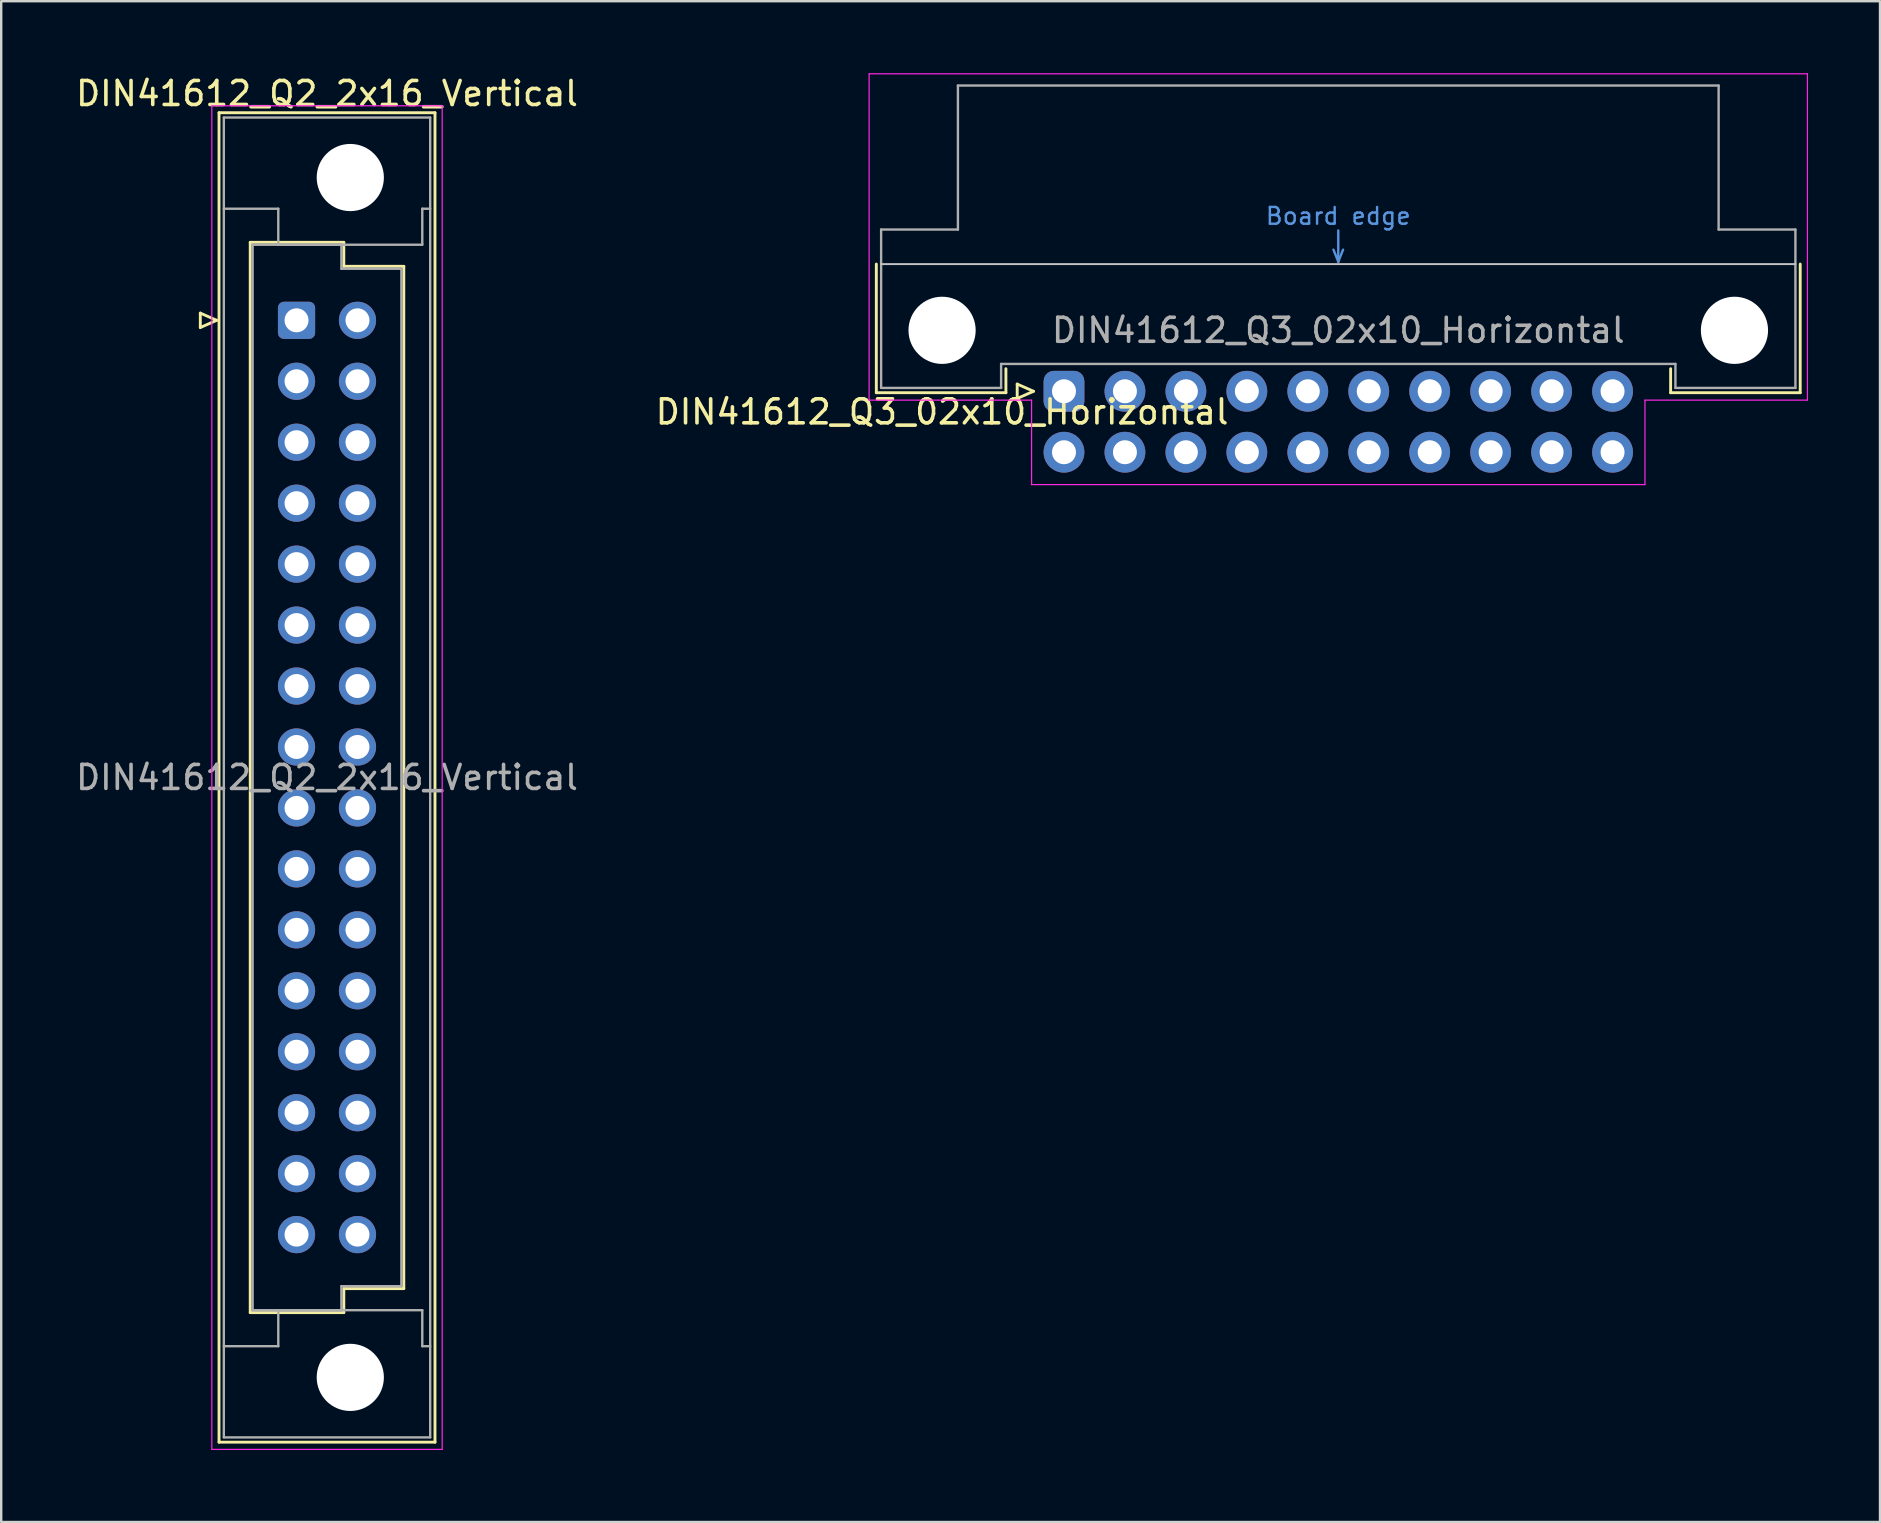
<source format=kicad_pcb>
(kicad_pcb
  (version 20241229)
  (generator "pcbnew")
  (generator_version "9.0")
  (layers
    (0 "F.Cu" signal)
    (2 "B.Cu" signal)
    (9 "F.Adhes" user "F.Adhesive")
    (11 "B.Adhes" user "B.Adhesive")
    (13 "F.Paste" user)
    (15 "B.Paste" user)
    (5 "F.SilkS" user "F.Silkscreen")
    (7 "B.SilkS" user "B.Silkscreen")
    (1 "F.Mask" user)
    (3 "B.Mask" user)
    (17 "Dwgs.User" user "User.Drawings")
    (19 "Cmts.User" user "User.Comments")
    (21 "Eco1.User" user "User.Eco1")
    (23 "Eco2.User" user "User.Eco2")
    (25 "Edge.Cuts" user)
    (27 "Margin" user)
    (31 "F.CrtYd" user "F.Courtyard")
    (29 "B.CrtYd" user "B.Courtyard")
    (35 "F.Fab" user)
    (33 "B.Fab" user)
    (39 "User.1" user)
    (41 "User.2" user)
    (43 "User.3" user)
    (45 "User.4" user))
  (footprint "DIN41612_Q2_2x16_Vertical"
    (layer "F.Cu")
    (at 9.307 10.298)
    (property "Reference" "DIN41612_Q2_2x16_Vertical" (at 1.27 -9.45 0) (layer "F.SilkS") (effects (font (size 1 1) (thickness 0.15))))
    (attr through_hole)
    (fp_line (start -4.01 -0.3) (end -4.01 0.3) (stroke (width 0.12) (type solid)) (layer "F.SilkS"))
    (fp_line (start -4.01 0.3) (end -3.33 0) (stroke (width 0.12) (type solid)) (layer "F.SilkS"))
    (fp_line (start -3.33 0) (end -4.01 -0.3) (stroke (width 0.12) (type solid)) (layer "F.SilkS"))
    (fp_line (start -3.23 -8.65) (end 5.77 -8.65) (stroke (width 0.12) (type solid)) (layer "F.SilkS"))
    (fp_line (start -3.23 46.75) (end -3.23 -8.65) (stroke (width 0.12) (type solid)) (layer "F.SilkS"))
    (fp_line (start -1.93 -3.25) (end 1.97 -3.25) (stroke (width 0.12) (type solid)) (layer "F.SilkS"))
    (fp_line (start -1.93 41.35) (end -1.93 -3.25) (stroke (width 0.12) (type solid)) (layer "F.SilkS"))
    (fp_line (start 1.97 -3.25) (end 1.97 -2.25) (stroke (width 0.12) (type solid)) (layer "F.SilkS"))
    (fp_line (start 1.97 -2.25) (end 4.47 -2.25) (stroke (width 0.12) (type solid)) (layer "F.SilkS"))
    (fp_line (start 1.97 40.35) (end 1.97 41.35) (stroke (width 0.12) (type solid)) (layer "F.SilkS"))
    (fp_line (start 1.97 41.35) (end -1.93 41.35) (stroke (width 0.12) (type solid)) (layer "F.SilkS"))
    (fp_line (start 4.47 -2.25) (end 4.47 40.35) (stroke (width 0.12) (type solid)) (layer "F.SilkS"))
    (fp_line (start 4.47 40.35) (end 1.97 40.35) (stroke (width 0.12) (type solid)) (layer "F.SilkS"))
    (fp_line (start 5.77 -8.65) (end 5.77 46.75) (stroke (width 0.12) (type solid)) (layer "F.SilkS"))
    (fp_line (start 5.77 46.75) (end -3.23 46.75) (stroke (width 0.12) (type solid)) (layer "F.SilkS"))
    (fp_line (start -3.53 -8.94) (end 6.07 -8.94) (stroke (width 0.05) (type solid)) (layer "F.CrtYd"))
    (fp_line (start -3.53 47.05) (end -3.53 -8.94) (stroke (width 0.05) (type solid)) (layer "F.CrtYd"))
    (fp_line (start 6.07 -8.94) (end 6.07 47.05) (stroke (width 0.05) (type solid)) (layer "F.CrtYd"))
    (fp_line (start 6.07 47.05) (end -3.53 47.05) (stroke (width 0.05) (type solid)) (layer "F.CrtYd"))
    (fp_line (start -3.03 -8.45) (end 5.57 -8.45) (stroke (width 0.1) (type solid)) (layer "F.Fab"))
    (fp_line (start -3.03 -4.65) (end -0.76 -4.65) (stroke (width 0.1) (type solid)) (layer "F.Fab"))
    (fp_line (start -3.03 42.75) (end -0.76 42.75) (stroke (width 0.1) (type solid)) (layer "F.Fab"))
    (fp_line (start -3.03 46.55) (end -3.03 -8.45) (stroke (width 0.1) (type solid)) (layer "F.Fab"))
    (fp_line (start -1.83 -3.15) (end 1.87 -3.15) (stroke (width 0.1) (type solid)) (layer "F.Fab"))
    (fp_line (start -1.83 41.25) (end -1.83 -3.15) (stroke (width 0.1) (type solid)) (layer "F.Fab"))
    (fp_line (start -0.76 -4.65) (end -0.76 -3.15) (stroke (width 0.1) (type solid)) (layer "F.Fab"))
    (fp_line (start -0.76 -3.15) (end 5.24 -3.15) (stroke (width 0.1) (type solid)) (layer "F.Fab"))
    (fp_line (start -0.76 41.25) (end 5.24 41.25) (stroke (width 0.1) (type solid)) (layer "F.Fab"))
    (fp_line (start -0.76 42.75) (end -0.76 41.25) (stroke (width 0.1) (type solid)) (layer "F.Fab"))
    (fp_line (start 1.87 -3.15) (end 1.87 -2.15) (stroke (width 0.1) (type solid)) (layer "F.Fab"))
    (fp_line (start 1.87 -2.15) (end 4.37 -2.15) (stroke (width 0.1) (type solid)) (layer "F.Fab"))
    (fp_line (start 1.87 40.25) (end 1.87 41.25) (stroke (width 0.1) (type solid)) (layer "F.Fab"))
    (fp_line (start 1.87 41.25) (end -1.83 41.25) (stroke (width 0.1) (type solid)) (layer "F.Fab"))
    (fp_line (start 4.37 -2.15) (end 4.37 40.25) (stroke (width 0.1) (type solid)) (layer "F.Fab"))
    (fp_line (start 4.37 40.25) (end 1.87 40.25) (stroke (width 0.1) (type solid)) (layer "F.Fab"))
    (fp_line (start 5.24 -4.65) (end 5.57 -4.65) (stroke (width 0.1) (type solid)) (layer "F.Fab"))
    (fp_line (start 5.24 -3.15) (end 5.24 -4.65) (stroke (width 0.1) (type solid)) (layer "F.Fab"))
    (fp_line (start 5.24 41.25) (end 5.24 42.75) (stroke (width 0.1) (type solid)) (layer "F.Fab"))
    (fp_line (start 5.24 42.75) (end 5.57 42.75) (stroke (width 0.1) (type solid)) (layer "F.Fab"))
    (fp_line (start 5.57 -8.45) (end 5.57 46.55) (stroke (width 0.1) (type solid)) (layer "F.Fab"))
    (fp_line (start 5.57 46.55) (end -3.03 46.55) (stroke (width 0.1) (type solid)) (layer "F.Fab"))
    (fp_text user "${REFERENCE}" (at 1.27 19.05 0) (layer "F.Fab") (effects (font (size 1 1) (thickness 0.15))))
    (pad "" np_thru_hole circle (at 2.24 -5.95) (size 2.8 2.8) (drill 2.8) (layers "*.Cu" "*.Mask"))
    (pad "" np_thru_hole circle (at 2.24 44.05) (size 2.8 2.8) (drill 2.8) (layers "*.Cu" "*.Mask"))
    (pad "a1" thru_hole roundrect (at 0 0) (size 1.55 1.55) (drill 1) (layers "*.Cu" "*.Mask") (roundrect_rratio 0.161))
    (pad "a2" thru_hole circle (at 0 2.54) (size 1.55 1.55) (drill 1) (layers "*.Cu" "*.Mask"))
    (pad "a3" thru_hole circle (at 0 5.08) (size 1.55 1.55) (drill 1) (layers "*.Cu" "*.Mask"))
    (pad "a4" thru_hole circle (at 0 7.62) (size 1.55 1.55) (drill 1) (layers "*.Cu" "*.Mask"))
    (pad "a5" thru_hole circle (at 0 10.16) (size 1.55 1.55) (drill 1) (layers "*.Cu" "*.Mask"))
    (pad "a6" thru_hole circle (at 0 12.7) (size 1.55 1.55) (drill 1) (layers "*.Cu" "*.Mask"))
    (pad "a7" thru_hole circle (at 0 15.24) (size 1.55 1.55) (drill 1) (layers "*.Cu" "*.Mask"))
    (pad "a8" thru_hole circle (at 0 17.78) (size 1.55 1.55) (drill 1) (layers "*.Cu" "*.Mask"))
    (pad "a9" thru_hole circle (at 0 20.32) (size 1.55 1.55) (drill 1) (layers "*.Cu" "*.Mask"))
    (pad "a10" thru_hole circle (at 0 22.86) (size 1.55 1.55) (drill 1) (layers "*.Cu" "*.Mask"))
    (pad "a11" thru_hole circle (at 0 25.4) (size 1.55 1.55) (drill 1) (layers "*.Cu" "*.Mask"))
    (pad "a12" thru_hole circle (at 0 27.94) (size 1.55 1.55) (drill 1) (layers "*.Cu" "*.Mask"))
    (pad "a13" thru_hole circle (at 0 30.48) (size 1.55 1.55) (drill 1) (layers "*.Cu" "*.Mask"))
    (pad "a14" thru_hole circle (at 0 33.02) (size 1.55 1.55) (drill 1) (layers "*.Cu" "*.Mask"))
    (pad "a15" thru_hole circle (at 0 35.56) (size 1.55 1.55) (drill 1) (layers "*.Cu" "*.Mask"))
    (pad "a16" thru_hole circle (at 0 38.1) (size 1.55 1.55) (drill 1) (layers "*.Cu" "*.Mask"))
    (pad "b1" thru_hole circle (at 2.54 0) (size 1.55 1.55) (drill 1) (layers "*.Cu" "*.Mask"))
    (pad "b2" thru_hole circle (at 2.54 2.54) (size 1.55 1.55) (drill 1) (layers "*.Cu" "*.Mask"))
    (pad "b3" thru_hole circle (at 2.54 5.08) (size 1.55 1.55) (drill 1) (layers "*.Cu" "*.Mask"))
    (pad "b4" thru_hole circle (at 2.54 7.62) (size 1.55 1.55) (drill 1) (layers "*.Cu" "*.Mask"))
    (pad "b5" thru_hole circle (at 2.54 10.16) (size 1.55 1.55) (drill 1) (layers "*.Cu" "*.Mask"))
    (pad "b6" thru_hole circle (at 2.54 12.7) (size 1.55 1.55) (drill 1) (layers "*.Cu" "*.Mask"))
    (pad "b7" thru_hole circle (at 2.54 15.24) (size 1.55 1.55) (drill 1) (layers "*.Cu" "*.Mask"))
    (pad "b8" thru_hole circle (at 2.54 17.78) (size 1.55 1.55) (drill 1) (layers "*.Cu" "*.Mask"))
    (pad "b9" thru_hole circle (at 2.54 20.32) (size 1.55 1.55) (drill 1) (layers "*.Cu" "*.Mask"))
    (pad "b10" thru_hole circle (at 2.54 22.86) (size 1.55 1.55) (drill 1) (layers "*.Cu" "*.Mask"))
    (pad "b11" thru_hole circle (at 2.54 25.4) (size 1.55 1.55) (drill 1) (layers "*.Cu" "*.Mask"))
    (pad "b12" thru_hole circle (at 2.54 27.94) (size 1.55 1.55) (drill 1) (layers "*.Cu" "*.Mask"))
    (pad "b13" thru_hole circle (at 2.54 30.48) (size 1.55 1.55) (drill 1) (layers "*.Cu" "*.Mask"))
    (pad "b14" thru_hole circle (at 2.54 33.02) (size 1.55 1.55) (drill 1) (layers "*.Cu" "*.Mask"))
    (pad "b15" thru_hole circle (at 2.54 35.56) (size 1.55 1.55) (drill 1) (layers "*.Cu" "*.Mask"))
    (pad "b16" thru_hole circle (at 2.54 38.1) (size 1.55 1.55) (drill 1) (layers "*.Cu" "*.Mask")))
  (footprint "DIN41612_Q3_02x10_Horizontal"
    (layer "F.Cu")
    (at 41.288 13.255)
    (property "Reference" "DIN41612_Q3_02x10_Horizontal" (at -5.08 0.86 0) (layer "F.SilkS") (effects (font (size 1 1) (thickness 0.15))))
    (attr through_hole)
    (fp_line (start -7.82 -5.3) (end -7.82 0.06) (stroke (width 0.12) (type solid)) (layer "F.SilkS"))
    (fp_line (start -7.82 0.06) (end -2.42 0.06) (stroke (width 0.12) (type solid)) (layer "F.SilkS"))
    (fp_line (start -2.42 0.06) (end -2.42 -0.94) (stroke (width 0.12) (type solid)) (layer "F.SilkS"))
    (fp_line (start -1.95 -0.3) (end -1.95 0.3) (stroke (width 0.12) (type solid)) (layer "F.SilkS"))
    (fp_line (start -1.95 0.3) (end -1.27 0) (stroke (width 0.12) (type solid)) (layer "F.SilkS"))
    (fp_line (start -1.27 0) (end -1.95 -0.3) (stroke (width 0.12) (type solid)) (layer "F.SilkS"))
    (fp_line (start 25.28 0.06) (end 25.28 -0.94) (stroke (width 0.12) (type solid)) (layer "F.SilkS"))
    (fp_line (start 30.68 -5.3) (end 30.68 0.06) (stroke (width 0.12) (type solid)) (layer "F.SilkS"))
    (fp_line (start 30.68 0.06) (end 25.28 0.06) (stroke (width 0.12) (type solid)) (layer "F.SilkS"))
    (fp_line (start -7.62 -5.3) (end 30.48 -5.3) (stroke (width 0.08) (type solid)) (layer "Dwgs.User"))
    (fp_line (start 11.23 -5.9) (end 11.43 -5.4) (stroke (width 0.1) (type solid)) (layer "Cmts.User"))
    (fp_line (start 11.43 -5.4) (end 11.43 -6.7) (stroke (width 0.1) (type solid)) (layer "Cmts.User"))
    (fp_line (start 11.43 -5.4) (end 11.63 -5.9) (stroke (width 0.1) (type solid)) (layer "Cmts.User"))
    (fp_line (start -8.12 -13.23) (end -8.12 0.37) (stroke (width 0.05) (type solid)) (layer "F.CrtYd"))
    (fp_line (start -8.12 0.37) (end -1.35 0.37) (stroke (width 0.05) (type solid)) (layer "F.CrtYd"))
    (fp_line (start -1.35 0.37) (end -1.35 3.89) (stroke (width 0.05) (type solid)) (layer "F.CrtYd"))
    (fp_line (start -1.35 3.89) (end 24.21 3.89) (stroke (width 0.05) (type solid)) (layer "F.CrtYd"))
    (fp_line (start 24.21 0.37) (end 30.98 0.37) (stroke (width 0.05) (type solid)) (layer "F.CrtYd"))
    (fp_line (start 24.21 3.89) (end 24.21 0.37) (stroke (width 0.05) (type solid)) (layer "F.CrtYd"))
    (fp_line (start 30.98 -13.23) (end -8.12 -13.23) (stroke (width 0.05) (type solid)) (layer "F.CrtYd"))
    (fp_line (start 30.98 0.37) (end 30.98 -13.23) (stroke (width 0.05) (type solid)) (layer "F.CrtYd"))
    (fp_line (start -7.62 -6.74) (end -7.62 -0.14) (stroke (width 0.1) (type solid)) (layer "F.Fab"))
    (fp_line (start -7.62 -0.14) (end -2.62 -0.14) (stroke (width 0.1) (type solid)) (layer "F.Fab"))
    (fp_line (start -4.42 -12.74) (end -4.42 -6.74) (stroke (width 0.1) (type solid)) (layer "F.Fab"))
    (fp_line (start -4.42 -6.74) (end -7.62 -6.74) (stroke (width 0.1) (type solid)) (layer "F.Fab"))
    (fp_line (start -2.62 -1.14) (end 25.48 -1.14) (stroke (width 0.1) (type solid)) (layer "F.Fab"))
    (fp_line (start -2.62 -0.14) (end -2.62 -1.14) (stroke (width 0.1) (type solid)) (layer "F.Fab"))
    (fp_line (start 25.48 -1.14) (end 25.48 -0.14) (stroke (width 0.1) (type solid)) (layer "F.Fab"))
    (fp_line (start 25.48 -0.14) (end 30.48 -0.14) (stroke (width 0.1) (type solid)) (layer "F.Fab"))
    (fp_line (start 27.28 -12.74) (end -4.42 -12.74) (stroke (width 0.1) (type solid)) (layer "F.Fab"))
    (fp_line (start 27.28 -6.74) (end 27.28 -12.74) (stroke (width 0.1) (type solid)) (layer "F.Fab"))
    (fp_line (start 30.48 -6.74) (end 27.28 -6.74) (stroke (width 0.1) (type solid)) (layer "F.Fab"))
    (fp_line (start 30.48 -0.14) (end 30.48 -6.74) (stroke (width 0.1) (type solid)) (layer "F.Fab"))
    (fp_text user "Board edge" (at 11.43 -7.3 0) (layer "Cmts.User") (effects (font (size 0.7 0.7) (thickness 0.1))))
    (fp_text user "${REFERENCE}" (at 11.43 -2.54 0) (layer "F.Fab") (effects (font (size 1 1) (thickness 0.15))))
    (pad "" np_thru_hole circle (at -5.08 -2.54) (size 2.8 2.8) (drill 2.8) (layers "*.Cu" "*.Mask"))
    (pad "" np_thru_hole circle (at 27.94 -2.54) (size 2.8 2.8) (drill 2.8) (layers "*.Cu" "*.Mask"))
    (pad "a1" thru_hole roundrect (at 0 0) (size 1.7 1.7) (drill 1) (layers "*.Cu" "*.Mask") (roundrect_rratio 0.25))
    (pad "a2" thru_hole circle (at 2.54 0) (size 1.7 1.7) (drill 1) (layers "*.Cu" "*.Mask"))
    (pad "a3" thru_hole circle (at 5.08 0) (size 1.7 1.7) (drill 1) (layers "*.Cu" "*.Mask"))
    (pad "a4" thru_hole circle (at 7.62 0) (size 1.7 1.7) (drill 1) (layers "*.Cu" "*.Mask"))
    (pad "a5" thru_hole circle (at 10.16 0) (size 1.7 1.7) (drill 1) (layers "*.Cu" "*.Mask"))
    (pad "a6" thru_hole circle (at 12.7 0) (size 1.7 1.7) (drill 1) (layers "*.Cu" "*.Mask"))
    (pad "a7" thru_hole circle (at 15.24 0) (size 1.7 1.7) (drill 1) (layers "*.Cu" "*.Mask"))
    (pad "a8" thru_hole circle (at 17.78 0) (size 1.7 1.7) (drill 1) (layers "*.Cu" "*.Mask"))
    (pad "a9" thru_hole circle (at 20.32 0) (size 1.7 1.7) (drill 1) (layers "*.Cu" "*.Mask"))
    (pad "a10" thru_hole circle (at 22.86 0) (size 1.7 1.7) (drill 1) (layers "*.Cu" "*.Mask"))
    (pad "b1" thru_hole circle (at 0 2.54) (size 1.7 1.7) (drill 1) (layers "*.Cu" "*.Mask"))
    (pad "b2" thru_hole circle (at 2.54 2.54) (size 1.7 1.7) (drill 1) (layers "*.Cu" "*.Mask"))
    (pad "b3" thru_hole circle (at 5.08 2.54) (size 1.7 1.7) (drill 1) (layers "*.Cu" "*.Mask"))
    (pad "b4" thru_hole circle (at 7.62 2.54) (size 1.7 1.7) (drill 1) (layers "*.Cu" "*.Mask"))
    (pad "b5" thru_hole circle (at 10.16 2.54) (size 1.7 1.7) (drill 1) (layers "*.Cu" "*.Mask"))
    (pad "b6" thru_hole circle (at 12.7 2.54) (size 1.7 1.7) (drill 1) (layers "*.Cu" "*.Mask"))
    (pad "b7" thru_hole circle (at 15.24 2.54) (size 1.7 1.7) (drill 1) (layers "*.Cu" "*.Mask"))
    (pad "b8" thru_hole circle (at 17.78 2.54) (size 1.7 1.7) (drill 1) (layers "*.Cu" "*.Mask"))
    (pad "b9" thru_hole circle (at 20.32 2.54) (size 1.7 1.7) (drill 1) (layers "*.Cu" "*.Mask"))
    (pad "b10" thru_hole circle (at 22.86 2.54) (size 1.7 1.7) (drill 1) (layers "*.Cu" "*.Mask")))
  (gr_rect
    (start -3 -3)
    (end 75.293 60.373)
    (stroke (width 0.1) (type default))
    (fill no)
    (layer "Edge.Cuts")))
</source>
